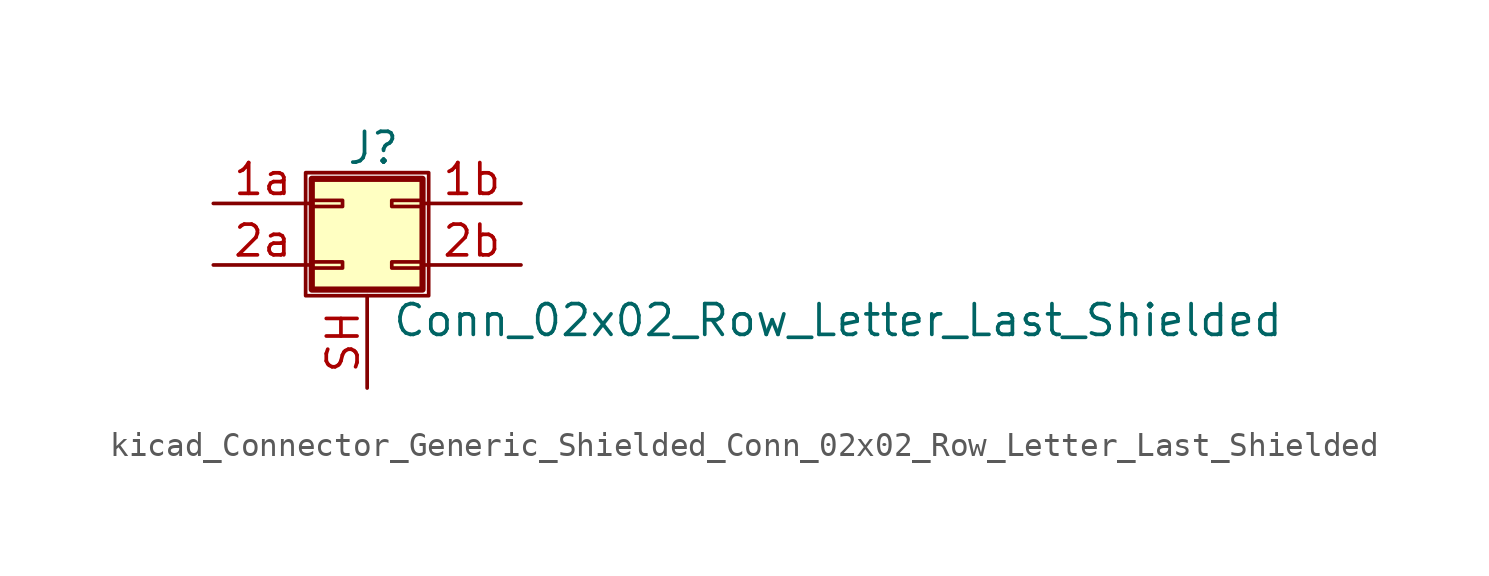
<source format=kicad_sym>
(kicad_symbol_lib
  (version 20220914)
  (generator kicad_symbol_editor)
  (symbol "kicad_Connector_Generic_Shielded_Conn_02x02_Row_Letter_Last_Shielded"
    (pin_names
      (offset 1.016) hide)
    (property "Reference" "J"
      (at 1.524 2.286 0)
      (effects (font (size 1.27 1.27))))
    (property "Value" "Conn_02x02_Row_Letter_Last_Shielded"
      (at 2.286 -4.826 0)
      (effects (font (size 1.27 1.27)) (justify left)))
    (symbol "kicad_Connector_Generic_Shielded_Conn_02x02_Row_Letter_Last_Shielded_1_1"
      (rectangle (start -1.27 1.27) (end 3.81 -3.81) (stroke (width 0.152) (type default)) (fill (type none)))
      (rectangle (start -1.016 -2.413) (end 0.254 -2.667) (stroke (width 0.152) (type default)) (fill (type none)))
      (rectangle (start -1.016 0.127) (end 0.254 -0.127) (stroke (width 0.152) (type default)) (fill (type none)))
      (rectangle (start -1.016 1.016) (end 3.556 -3.556) (stroke (width 0.254) (type default)) (fill (type background)))
      (rectangle (start 3.556 -2.413) (end 2.286 -2.667) (stroke (width 0.152) (type default)) (fill (type none)))
      (rectangle (start 3.556 0.127) (end 2.286 -0.127) (stroke (width 0.152) (type default)) (fill (type none)))
      (pin passive line (at -5.08 0 0) (length 4.064) (name "Pin_1a" (effects (font (size 1.27 1.27)))) (number "1a" (effects (font (size 1.27 1.27)))))
      (pin passive line (at 7.62 0 180) (length 4.064) (name "Pin_1b" (effects (font (size 1.27 1.27)))) (number "1b" (effects (font (size 1.27 1.27)))))
      (pin passive line (at -5.08 -2.54 0) (length 4.064) (name "Pin_2a" (effects (font (size 1.27 1.27)))) (number "2a" (effects (font (size 1.27 1.27)))))
      (pin passive line (at 7.62 -2.54 180) (length 4.064) (name "Pin_2b" (effects (font (size 1.27 1.27)))) (number "2b" (effects (font (size 1.27 1.27)))))
      (pin passive line (at 1.27 -7.62 90) (length 3.81) (name "Shield" (effects (font (size 1.27 1.27)))) (number "SH" (effects (font (size 1.27 1.27))))))))
</source>
